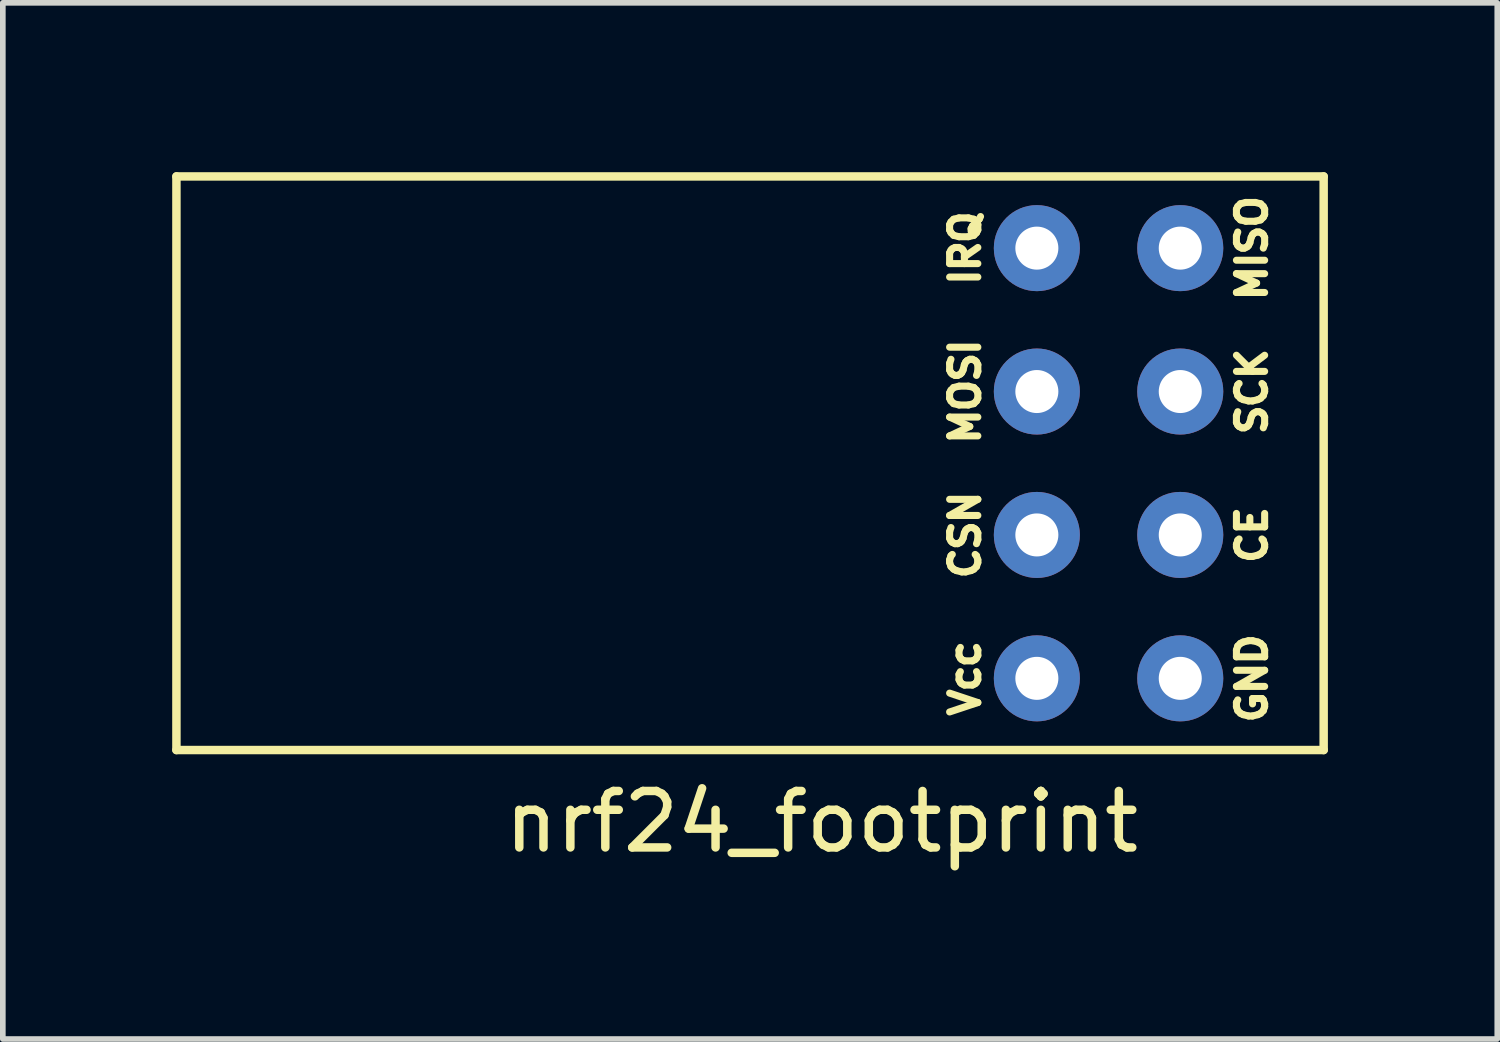
<source format=kicad_pcb>
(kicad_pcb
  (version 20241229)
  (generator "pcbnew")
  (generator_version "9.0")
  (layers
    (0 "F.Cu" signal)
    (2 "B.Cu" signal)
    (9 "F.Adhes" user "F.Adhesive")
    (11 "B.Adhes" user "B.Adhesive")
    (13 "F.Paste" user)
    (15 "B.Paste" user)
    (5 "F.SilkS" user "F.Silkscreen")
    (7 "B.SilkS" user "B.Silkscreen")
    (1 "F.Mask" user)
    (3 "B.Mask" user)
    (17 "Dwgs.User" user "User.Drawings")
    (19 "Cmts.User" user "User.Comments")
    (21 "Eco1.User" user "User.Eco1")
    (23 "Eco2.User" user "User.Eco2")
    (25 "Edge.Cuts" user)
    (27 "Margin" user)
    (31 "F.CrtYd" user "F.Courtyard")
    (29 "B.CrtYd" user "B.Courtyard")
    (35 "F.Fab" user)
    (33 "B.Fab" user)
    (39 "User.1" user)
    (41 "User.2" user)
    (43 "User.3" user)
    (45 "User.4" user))
  (footprint "nrf24_footprint"
    (layer "F.Cu")
    (at 7.695 6.425)
    (property "Reference" "nrf24_footprint" (at 3.81 5.08 0) (layer "F.SilkS") (effects (font (size 1 1) (thickness 0.15))))
    (attr through_hole)
    (fp_line (start -7.62 -6.35) (end 12.7 -6.35) (stroke (width 0.15) (type solid)) (layer "F.SilkS"))
    (fp_line (start -7.62 3.81) (end -7.62 -6.35) (stroke (width 0.15) (type solid)) (layer "F.SilkS"))
    (fp_line (start 12.7 -6.35) (end 12.7 3.81) (stroke (width 0.15) (type solid)) (layer "F.SilkS"))
    (fp_line (start 12.7 3.81) (end -7.62 3.81) (stroke (width 0.15) (type solid)) (layer "F.SilkS"))
    (fp_text user "Vcc" (at 6.35 2.54 90) (layer "F.SilkS") (effects (font (size 0.5 0.5) (thickness 0.125))))
    (fp_text user "GND" (at 11.43 2.54 90) (layer "F.SilkS") (effects (font (size 0.5 0.5) (thickness 0.125))))
    (fp_text user "CSN" (at 6.35 0 90) (layer "F.SilkS") (effects (font (size 0.5 0.5) (thickness 0.125))))
    (fp_text user "SCK" (at 11.43 -2.54 90) (layer "F.SilkS") (effects (font (size 0.5 0.5) (thickness 0.125))))
    (fp_text user "IRQ" (at 6.35 -5.08 90) (layer "F.SilkS") (effects (font (size 0.5 0.5) (thickness 0.125))))
    (fp_text user "CE" (at 11.43 0 90) (layer "F.SilkS") (effects (font (size 0.5 0.5) (thickness 0.125))))
    (fp_text user "MOSI" (at 6.35 -2.54 90) (layer "F.SilkS") (effects (font (size 0.5 0.5) (thickness 0.125))))
    (fp_text user "MISO" (at 11.43 -5.08 90) (layer "F.SilkS") (effects (font (size 0.5 0.5) (thickness 0.125))))
    (pad "0" thru_hole circle (at 10.16 2.54) (size 1.524 1.524) (drill 0.762) (layers "*.Cu" "*.Mask"))
    (pad "1" thru_hole circle (at 10.16 0) (size 1.524 1.524) (drill 0.762) (layers "*.Cu" "*.Mask"))
    (pad "2" thru_hole circle (at 10.16 -2.54) (size 1.524 1.524) (drill 0.762) (layers "*.Cu" "*.Mask"))
    (pad "3" thru_hole circle (at 10.16 -5.08) (size 1.524 1.524) (drill 0.762) (layers "*.Cu" "*.Mask"))
    (pad "4" thru_hole circle (at 7.62 -5.08) (size 1.524 1.524) (drill 0.762) (layers "*.Cu" "*.Mask"))
    (pad "5" thru_hole circle (at 7.62 -2.54) (size 1.524 1.524) (drill 0.762) (layers "*.Cu" "*.Mask"))
    (pad "6" thru_hole circle (at 7.62 0) (size 1.524 1.524) (drill 0.762) (layers "*.Cu" "*.Mask"))
    (pad "7" thru_hole circle (at 7.62 2.54) (size 1.524 1.524) (drill 0.762) (layers "*.Cu" "*.Mask")))
  (gr_rect
    (start -3 -3)
    (end 23.47 15.353)
    (stroke (width 0.1) (type default))
    (fill no)
    (layer "Edge.Cuts")))
</source>
